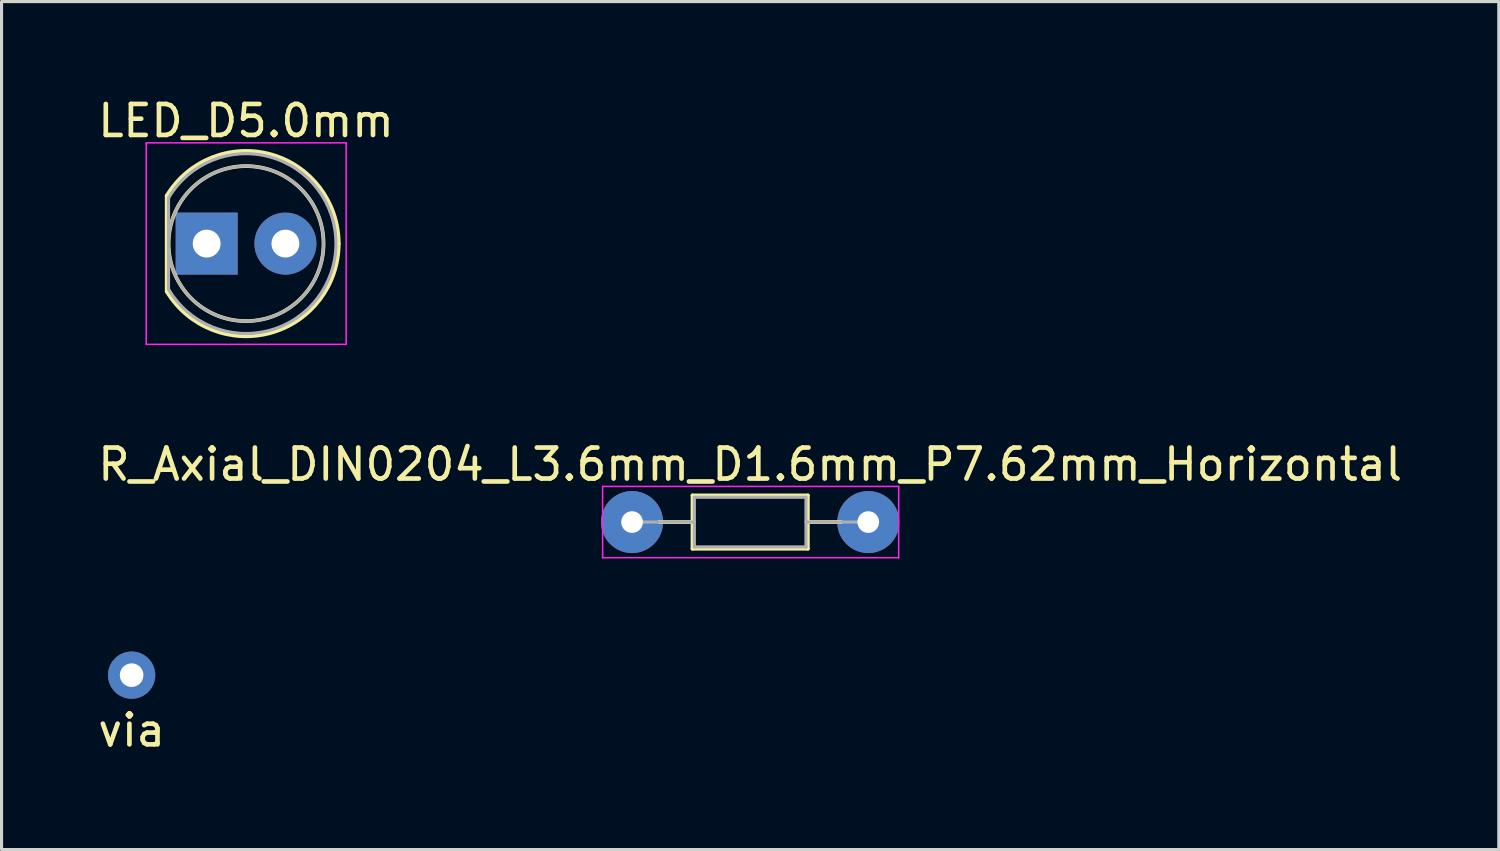
<source format=kicad_pcb>
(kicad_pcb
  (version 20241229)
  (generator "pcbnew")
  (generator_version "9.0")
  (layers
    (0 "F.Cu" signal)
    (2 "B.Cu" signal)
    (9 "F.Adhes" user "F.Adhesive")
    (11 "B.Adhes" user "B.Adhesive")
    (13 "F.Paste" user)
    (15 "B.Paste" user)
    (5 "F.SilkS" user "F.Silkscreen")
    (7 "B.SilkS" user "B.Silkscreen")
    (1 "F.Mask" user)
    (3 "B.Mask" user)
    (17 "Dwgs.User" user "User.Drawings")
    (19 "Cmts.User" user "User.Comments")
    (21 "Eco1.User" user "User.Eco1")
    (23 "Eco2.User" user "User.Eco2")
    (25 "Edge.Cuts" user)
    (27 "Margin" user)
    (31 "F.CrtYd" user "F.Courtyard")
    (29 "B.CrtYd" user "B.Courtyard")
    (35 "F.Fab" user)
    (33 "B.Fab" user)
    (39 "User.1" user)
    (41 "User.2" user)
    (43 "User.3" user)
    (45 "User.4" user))
  (footprint "via"
    (layer "F.Cu")
    (at 1.196 18.729)
    (property "Reference" "via" (at 0 1.778 0) (layer "F.SilkS") (effects (font (size 1 1) (thickness 0.15))))
    (attr through_hole)
    (pad "2" thru_hole circle (at 0 0) (size 1.524 1.524) (drill 0.762) (layers "*.Cu" "*.Mask")))
  (footprint "R_Axial_DIN0204_L3.6mm_D1.6mm_P7.62mm_Horizontal"
    (layer "F.Cu")
    (at 17.339 13.791)
    (property "Reference" "R_Axial_DIN0204_L3.6mm_D1.6mm_P7.62mm_Horizontal" (at 3.81 -1.86 0) (layer "F.SilkS") (effects (font (size 1 1) (thickness 0.15))))
    (attr through_hole)
    (fp_line (start 0.88 0) (end 1.95 0) (stroke (width 0.12) (type solid)) (layer "F.SilkS"))
    (fp_line (start 1.95 -0.86) (end 1.95 0.86) (stroke (width 0.12) (type solid)) (layer "F.SilkS"))
    (fp_line (start 1.95 0.86) (end 5.67 0.86) (stroke (width 0.12) (type solid)) (layer "F.SilkS"))
    (fp_line (start 5.67 -0.86) (end 1.95 -0.86) (stroke (width 0.12) (type solid)) (layer "F.SilkS"))
    (fp_line (start 5.67 0.86) (end 5.67 -0.86) (stroke (width 0.12) (type solid)) (layer "F.SilkS"))
    (fp_line (start 6.74 0) (end 5.67 0) (stroke (width 0.12) (type solid)) (layer "F.SilkS"))
    (fp_line (start -0.95 -1.15) (end -0.95 1.15) (stroke (width 0.05) (type solid)) (layer "F.CrtYd"))
    (fp_line (start -0.95 1.15) (end 8.6 1.15) (stroke (width 0.05) (type solid)) (layer "F.CrtYd"))
    (fp_line (start 8.6 -1.15) (end -0.95 -1.15) (stroke (width 0.05) (type solid)) (layer "F.CrtYd"))
    (fp_line (start 8.6 1.15) (end 8.6 -1.15) (stroke (width 0.05) (type solid)) (layer "F.CrtYd"))
    (fp_line (start 0 0) (end 2.01 0) (stroke (width 0.1) (type solid)) (layer "F.Fab"))
    (fp_line (start 2.01 -0.8) (end 2.01 0.8) (stroke (width 0.1) (type solid)) (layer "F.Fab"))
    (fp_line (start 2.01 0.8) (end 5.61 0.8) (stroke (width 0.1) (type solid)) (layer "F.Fab"))
    (fp_line (start 5.61 -0.8) (end 2.01 -0.8) (stroke (width 0.1) (type solid)) (layer "F.Fab"))
    (fp_line (start 5.61 0.8) (end 5.61 -0.8) (stroke (width 0.1) (type solid)) (layer "F.Fab"))
    (fp_line (start 7.62 0) (end 5.61 0) (stroke (width 0.1) (type solid)) (layer "F.Fab"))
    (pad "1" thru_hole circle (at 0 0) (size 2 2) (drill 0.7) (layers "*.Cu" "*.Mask"))
    (pad "2" thru_hole oval (at 7.62 0) (size 2 2) (drill 0.7) (layers "*.Cu" "*.Mask")))
  (footprint "LED_D5.0mm"
    (layer "F.Cu")
    (at 3.617 4.808)
    (property "Reference" "LED_D5.0mm" (at 1.27 -3.96 0) (layer "F.SilkS") (effects (font (size 1 1) (thickness 0.15))))
    (attr through_hole)
    (fp_line (start -1.29 -1.545) (end -1.29 1.545) (stroke (width 0.12) (type solid)) (layer "F.SilkS"))
    (fp_arc (start -1.29 -1.54483) (mid 2.072002 -2.880433) (end 4.26 0.000462) (stroke (width 0.12) (type solid)) (layer "F.SilkS"))
    (fp_arc (start 4.26 -0.000462) (mid 2.072002 2.880433) (end -1.29 1.54483) (stroke (width 0.12) (type solid)) (layer "F.SilkS"))
    (fp_circle (center 1.27 0) (end 3.77 0) (stroke (width 0.12) (type solid)) (fill no) (layer "F.SilkS"))
    (fp_line (start -1.95 -3.25) (end -1.95 3.25) (stroke (width 0.05) (type solid)) (layer "F.CrtYd"))
    (fp_line (start -1.95 3.25) (end 4.5 3.25) (stroke (width 0.05) (type solid)) (layer "F.CrtYd"))
    (fp_line (start 4.5 -3.25) (end -1.95 -3.25) (stroke (width 0.05) (type solid)) (layer "F.CrtYd"))
    (fp_line (start 4.5 3.25) (end 4.5 -3.25) (stroke (width 0.05) (type solid)) (layer "F.CrtYd"))
    (fp_line (start -1.23 -1.47) (end -1.23 1.47) (stroke (width 0.1) (type solid)) (layer "F.Fab"))
    (fp_arc (start -1.23 -1.469694) (mid 4.17 0.000016) (end -1.230016 1.469666) (stroke (width 0.1) (type solid)) (layer "F.Fab"))
    (fp_circle (center 1.27 0) (end 3.77 0) (stroke (width 0.1) (type solid)) (fill no) (layer "F.Fab"))
    (pad "1" thru_hole rect (at 0 0) (size 2 2) (drill 0.9) (layers "*.Cu" "*.Mask"))
    (pad "2" thru_hole circle (at 2.54 0) (size 2 2) (drill 0.9) (layers "*.Cu" "*.Mask")))
  (gr_rect
    (start -3 -3)
    (end 45.298 24.355)
    (stroke (width 0.1) (type default))
    (fill no)
    (layer "Edge.Cuts")))
</source>
